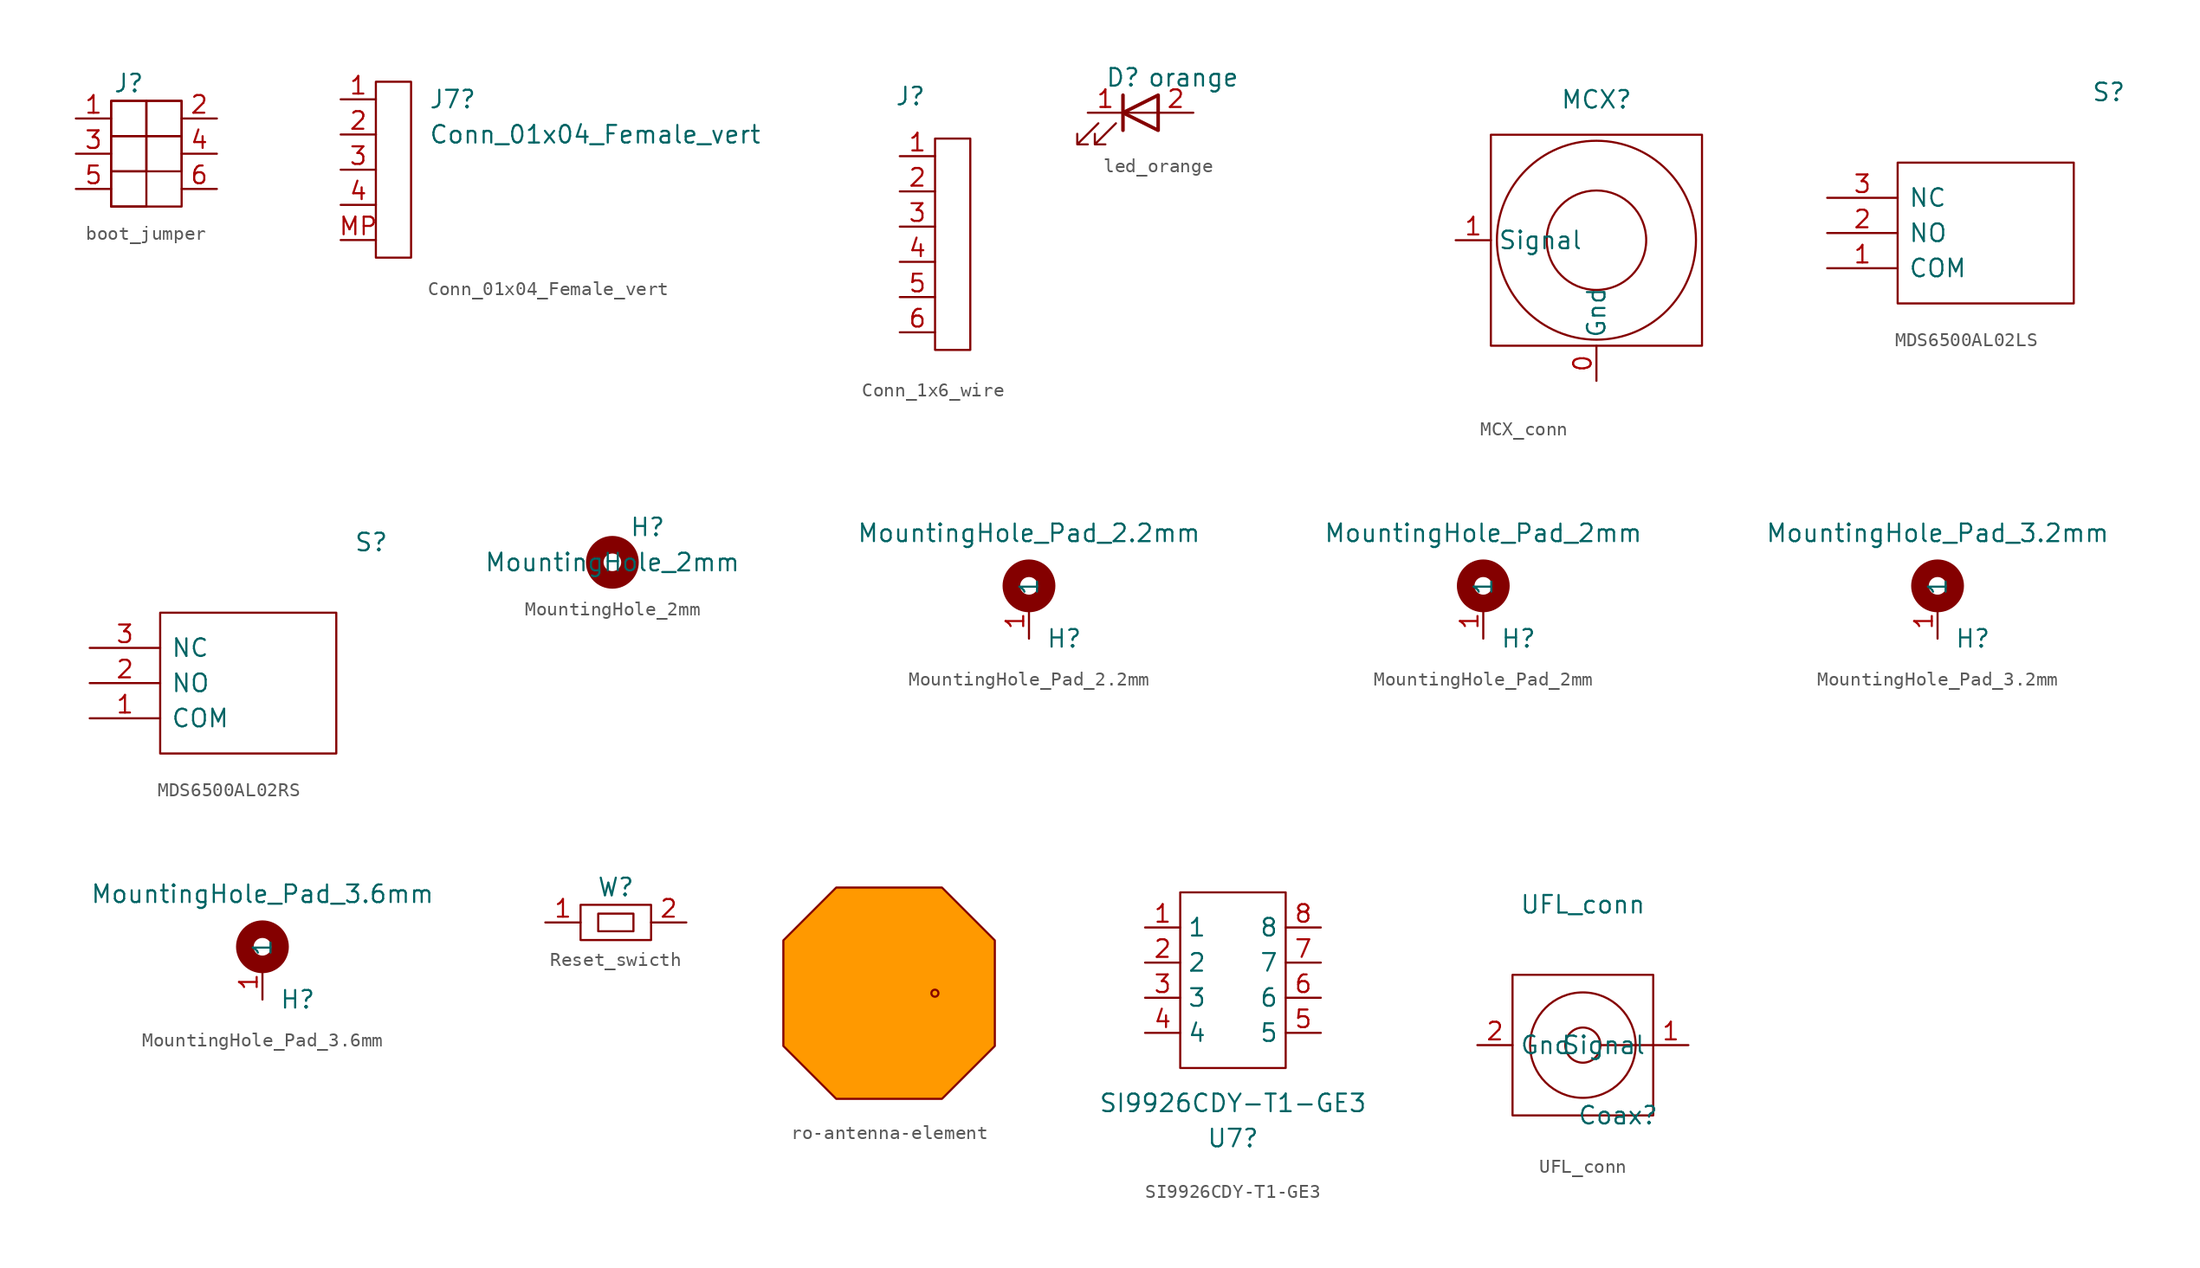
<source format=kicad_sym>
(kicad_symbol_lib
  (version 20241209)
  (generator "kicad_symbol_editor")
  (generator_version "9.0")
  (symbol "boot_jumper"
    (pin_names
      (hide yes))
    (property "Reference" "J"
      (at 3.81 5.08 0)
      (effects (font (size 1.27 1.27))))
    (symbol "boot_jumper_0_1"
      (rectangle (start 2.54 3.81) (end 5.08 1.27) (stroke (width 0) (type default)) (fill (type none)))
      (rectangle (start 2.54 3.81) (end 7.62 -3.81) (stroke (width 0) (type default)) (fill (type none)))
      (rectangle (start 2.54 1.27) (end 5.08 -1.27) (stroke (width 0) (type default)) (fill (type none)))
      (rectangle (start 2.54 -1.27) (end 5.08 -3.81) (stroke (width 0) (type default)) (fill (type none)))
      (rectangle (start 5.08 3.81) (end 7.62 1.27) (stroke (width 0) (type default)) (fill (type none)))
      (rectangle (start 5.08 1.27) (end 7.62 -1.27) (stroke (width 0) (type default)) (fill (type none))))
    (symbol "boot_jumper_1_1"
      (pin passive line (at 0 2.54 0) (length 2.54) (name "1" (effects (font (size 1.27 1.27)))) (number "1" (effects (font (size 1.27 1.27)))))
      (pin passive line (at 0 0 0) (length 2.54) (name "3" (effects (font (size 1.27 1.27)))) (number "3" (effects (font (size 1.27 1.27)))))
      (pin passive line (at 0 -2.54 0) (length 2.54) (name "5" (effects (font (size 1.27 1.27)))) (number "5" (effects (font (size 1.27 1.27)))))
      (pin passive line (at 10.16 2.54 180) (length 2.54) (name "2" (effects (font (size 1.27 1.27)))) (number "2" (effects (font (size 1.27 1.27)))))
      (pin passive line (at 10.16 0 180) (length 2.54) (name "4" (effects (font (size 1.27 1.27)))) (number "4" (effects (font (size 1.27 1.27)))))
      (pin passive line (at 10.16 -2.54 180) (length 2.54) (name "6" (effects (font (size 1.27 1.27)))) (number "6" (effects (font (size 1.27 1.27)))))))
  (symbol "Conn_01x04_Female_vert"
    (pin_names
      (offset 1.016)
      (hide yes))
    (property "Reference" "J7"
      (at 1.27 2.54 0)
      (effects (font (size 1.27 1.27)) (justify left)))
    (property "Value" "Conn_01x04_Female_vert"
      (at 1.27 0 0)
      (effects (font (size 1.27 1.27)) (justify left)))
    (symbol "Conn_01x04_Female_vert_0_1"
      (polyline (pts (xy 0 -8.89) (xy 0 3.81) (xy -2.54 3.81) (xy -2.54 -8.89) (xy 0 -8.89)) (stroke (width 0) (type default)) (fill (type none))))
    (symbol "Conn_01x04_Female_vert_1_1"
      (pin passive line (at -5.08 2.54 0) (length 2.54) (name "" (effects (font (size 1.27 1.27)))) (number "1" (effects (font (size 1.27 1.27)))))
      (pin passive line (at -5.08 0 0) (length 2.54) (name "" (effects (font (size 1.27 1.27)))) (number "2" (effects (font (size 1.27 1.27)))))
      (pin passive line (at -5.08 -2.54 0) (length 2.54) (name "" (effects (font (size 1.27 1.27)))) (number "3" (effects (font (size 1.27 1.27)))))
      (pin passive line (at -5.08 -5.08 0) (length 2.54) (name "" (effects (font (size 1.27 1.27)))) (number "4" (effects (font (size 1.27 1.27)))))
      (pin passive line (at -5.08 -7.62 0) (length 2.54) (name "" (effects (font (size 1.27 1.27)))) (number "MP" (effects (font (size 1.27 1.27)))))))
  (symbol "Conn_1x6_wire"
    (property "Reference" "J"
      (at 0.762 4.318 0)
      (effects (font (size 1.27 1.27))))
    (property "Value" ""
      (at 0 0 0)
      (effects (font (size 1.27 1.27))))
    (symbol "Conn_1x6_wire_0_1"
      (polyline (pts (xy 5.08 -13.97) (xy 5.08 1.27) (xy 2.54 1.27) (xy 2.54 -13.97) (xy 5.08 -13.97)) (stroke (width 0) (type default)) (fill (type none))))
    (symbol "Conn_1x6_wire_1_1"
      (pin passive line (at 0 0 0) (length 2.54) (name "" (effects (font (size 1.27 1.27)))) (number "1" (effects (font (size 1.27 1.27)))))
      (pin passive line (at 0 -2.54 0) (length 2.54) (name "" (effects (font (size 1.27 1.27)))) (number "2" (effects (font (size 1.27 1.27)))))
      (pin passive line (at 0 -5.08 0) (length 2.54) (name "" (effects (font (size 1.27 1.27)))) (number "3" (effects (font (size 1.27 1.27)))))
      (pin passive line (at 0 -7.62 0) (length 2.54) (name "" (effects (font (size 1.27 1.27)))) (number "4" (effects (font (size 1.27 1.27)))))
      (pin passive line (at 0 -10.16 0) (length 2.54) (name "" (effects (font (size 1.27 1.27)))) (number "5" (effects (font (size 1.27 1.27)))))
      (pin passive line (at 0 -12.7 0) (length 2.54) (name "" (effects (font (size 1.27 1.27)))) (number "6" (effects (font (size 1.27 1.27)))))))
  (symbol "led_orange"
    (pin_names
      (hide yes))
    (property "Reference" "D"
      (at 2.54 2.54 0)
      (effects (font (size 1.27 1.27))))
    (property "Value" "orange"
      (at 7.62 2.54 0)
      (effects (font (size 1.27 1.27))))
    (symbol "led_orange_0_1"
      (polyline (pts (xy 0.762 -0.762) (xy -0.762 -2.286) (xy 0 -2.286) (xy -0.762 -2.286) (xy -0.762 -1.524)) (stroke (width 0) (type default)) (fill (type none)))
      (polyline (pts (xy 2.032 -0.762) (xy 0.508 -2.286) (xy 1.27 -2.286) (xy 0.508 -2.286) (xy 0.508 -1.524)) (stroke (width 0) (type default)) (fill (type none)))
      (polyline (pts (xy 2.54 0) (xy 5.08 0)) (stroke (width 0) (type default)) (fill (type none)))
      (polyline (pts (xy 2.54 -1.27) (xy 2.54 1.27)) (stroke (width 0.254) (type default)) (fill (type none)))
      (polyline (pts (xy 5.08 -1.27) (xy 5.08 1.27) (xy 2.54 0) (xy 5.08 -1.27)) (stroke (width 0.254) (type default)) (fill (type none))))
    (symbol "led_orange_1_1"
      (pin passive line (at 0 0 0) (length 2.54) (name "K" (effects (font (size 1.27 1.27)))) (number "1" (effects (font (size 1.27 1.27)))))
      (pin passive line (at 7.62 0 180) (length 2.54) (name "A" (effects (font (size 1.27 1.27)))) (number "2" (effects (font (size 1.27 1.27)))))))
  (symbol "MCX_conn"
    (property "Reference" "MCX"
      (at 17.78 0 0)
      (effects (font (size 1.27 1.27))))
    (property "Value" ""
      (at 0 0 0)
      (effects (font (size 1.27 1.27))))
    (symbol "MCX_conn_0_1"
      (rectangle (start 10.16 -2.54) (end 25.4 -17.78) (stroke (width 0) (type default)) (fill (type none)))
      (circle (center 17.78 -10.16) (radius 3.592) (stroke (width 0) (type default)) (fill (type none)))
      (circle (center 17.78 -10.16) (radius 7.184) (stroke (width 0) (type default)) (fill (type none))))
    (symbol "MCX_conn_1_1"
      (pin bidirectional line (at 7.62 -10.16 0) (length 2.54) (name "Signal" (effects (font (size 1.27 1.27)))) (number "1" (effects (font (size 1.27 1.27)))))
      (pin power_in line (at 17.78 -20.32 90) (length 2.54) (name "Gnd" (effects (font (size 1.27 1.27)))) (number "0" (effects (font (size 1.27 1.27)))))))
  (symbol "MDS6500AL02LS"
    (pin_names
      (offset 0.762))
    (property "Reference" "S"
      (at 19.05 7.62 0)
      (effects (font (size 1.27 1.27)) (justify left)))
    (symbol "MDS6500AL02LS_0_0"
      (pin passive line (at 0 -5.08 0) (length 5.08) (name "COM" (effects (font (size 1.27 1.27)))) (number "1" (effects (font (size 1.27 1.27))))))
    (symbol "MDS6500AL02LS_0_1"
      (polyline (pts (xy 5.08 2.54) (xy 17.78 2.54) (xy 17.78 -7.62) (xy 5.08 -7.62) (xy 5.08 2.54)) (stroke (width 0.152) (type solid)) (fill (type none))))
    (symbol "MDS6500AL02LS_1_0"
      (pin passive line (at 0 0 0) (length 5.08) (name "NC" (effects (font (size 1.27 1.27)))) (number "3" (effects (font (size 1.27 1.27)))))
      (pin passive line (at 0 -2.54 0) (length 5.08) (name "NO" (effects (font (size 1.27 1.27)))) (number "2" (effects (font (size 1.27 1.27)))))))
  (symbol "MDS6500AL02RS"
    (pin_names
      (offset 0.762))
    (property "Reference" "S"
      (at 19.05 7.62 0)
      (effects (font (size 1.27 1.27)) (justify left)))
    (symbol "MDS6500AL02RS_0_0"
      (pin passive line (at 0 -5.08 0) (length 5.08) (name "COM" (effects (font (size 1.27 1.27)))) (number "1" (effects (font (size 1.27 1.27))))))
    (symbol "MDS6500AL02RS_0_1"
      (polyline (pts (xy 5.08 2.54) (xy 17.78 2.54) (xy 17.78 -7.62) (xy 5.08 -7.62) (xy 5.08 2.54)) (stroke (width 0.152) (type solid)) (fill (type none))))
    (symbol "MDS6500AL02RS_1_0"
      (pin passive line (at 0 0 0) (length 5.08) (name "NC" (effects (font (size 1.27 1.27)))) (number "3" (effects (font (size 1.27 1.27)))))
      (pin passive line (at 0 -2.54 0) (length 5.08) (name "NO" (effects (font (size 1.27 1.27)))) (number "2" (effects (font (size 1.27 1.27)))))))
  (symbol "MountingHole_2mm"
    (property "Reference" "H"
      (at 2.54 2.54 0)
      (effects (font (size 1.27 1.27))))
    (property "Value" "MountingHole_2mm"
      (at 0 0 0)
      (effects (font (size 1.27 1.27))))
    (symbol "MountingHole_2mm_0_1"
      (circle (center 0 0) (radius 1.27) (stroke (width 1.27) (type default)) (fill (type none)))))
  (symbol "MountingHole_Pad_2.2mm"
    (property "Reference" "H"
      (at 2.54 0 0)
      (effects (font (size 1.27 1.27))))
    (property "Value" "MountingHole_Pad_2.2mm"
      (at 0 7.62 0)
      (effects (font (size 1.27 1.27))))
    (symbol "MountingHole_Pad_2.2mm_0_1"
      (circle (center 0 3.81) (radius 1.27) (stroke (width 1.27) (type default)) (fill (type none))))
    (symbol "MountingHole_Pad_2.2mm_1_1"
      (pin input line (at 0 0 90) (length 2.54) (name "1" (effects (font (size 1.27 1.27)))) (number "1" (effects (font (size 1.27 1.27)))))))
  (symbol "MountingHole_Pad_2mm"
    (property "Reference" "H"
      (at 2.54 0 0)
      (effects (font (size 1.27 1.27))))
    (property "Value" "MountingHole_Pad_2mm"
      (at 0 7.62 0)
      (effects (font (size 1.27 1.27))))
    (symbol "MountingHole_Pad_2mm_0_1"
      (circle (center 0 3.81) (radius 1.27) (stroke (width 1.27) (type default)) (fill (type none))))
    (symbol "MountingHole_Pad_2mm_1_1"
      (pin input line (at 0 0 90) (length 2.54) (name "1" (effects (font (size 1.27 1.27)))) (number "1" (effects (font (size 1.27 1.27)))))))
  (symbol "MountingHole_Pad_3.2mm"
    (property "Reference" "H"
      (at 2.54 0 0)
      (effects (font (size 1.27 1.27))))
    (property "Value" "MountingHole_Pad_3.2mm"
      (at 0 7.62 0)
      (effects (font (size 1.27 1.27))))
    (symbol "MountingHole_Pad_3.2mm_0_1"
      (circle (center 0 3.81) (radius 1.27) (stroke (width 1.27) (type default)) (fill (type none))))
    (symbol "MountingHole_Pad_3.2mm_1_1"
      (pin input line (at 0 0 90) (length 2.54) (name "1" (effects (font (size 1.27 1.27)))) (number "1" (effects (font (size 1.27 1.27)))))))
  (symbol "MountingHole_Pad_3.6mm"
    (property "Reference" "H"
      (at 2.54 0 0)
      (effects (font (size 1.27 1.27))))
    (property "Value" "MountingHole_Pad_3.6mm"
      (at 0 7.62 0)
      (effects (font (size 1.27 1.27))))
    (symbol "MountingHole_Pad_3.6mm_0_1"
      (circle (center 0 3.81) (radius 1.27) (stroke (width 1.27) (type default)) (fill (type none))))
    (symbol "MountingHole_Pad_3.6mm_1_1"
      (pin input line (at 0 0 90) (length 2.54) (name "1" (effects (font (size 1.27 1.27)))) (number "1" (effects (font (size 1.27 1.27)))))))
  (symbol "Reset_swicth"
    (pin_names
      (hide yes))
    (property "Reference" "W"
      (at 0 2.54 0)
      (effects (font (size 1.27 1.27))))
    (symbol "Reset_swicth_0_1"
      (rectangle (start -2.54 1.27) (end 2.54 -1.27) (stroke (width 0) (type default)) (fill (type none)))
      (rectangle (start -1.27 0.635) (end 1.27 -0.635) (stroke (width 0) (type default)) (fill (type none))))
    (symbol "Reset_swicth_1_1"
      (pin passive line (at -5.08 0 0) (length 2.54) (name "1" (effects (font (size 1.27 1.27)))) (number "1" (effects (font (size 1.27 1.27)))))
      (pin passive line (at 5.08 0 180) (length 2.54) (name "2" (effects (font (size 1.27 1.27)))) (number "2" (effects (font (size 1.27 1.27)))))))
  (symbol "ro-antenna-element"
    (pin_names
      (offset 2.54))
    (property "Reference" "A"
      (at 0 0 0)
      (effects (font (size 1.27 1.27)) (hide yes)))
    (property "Value" ""
      (at 0 0 0)
      (effects (font (size 1.27 1.27))))
    (symbol "ro-antenna-element_1_1"
      (polyline (pts (xy -7.62 3.81) (xy -3.81 7.62) (xy 3.81 7.62) (xy 7.62 3.81) (xy 7.62 -3.81) (xy 3.81 -7.62) (xy -3.81 -7.62) (xy -7.62 -3.81) (xy -7.62 3.81)) (stroke (width 0) (type solid)) (fill (type color) (color 255 153 0 1)))
      (circle (center 3.302 0) (radius 0.254) (stroke (width 0) (type default)) (fill (type none)))))
  (symbol "SI9926CDY-T1-GE3"
    (property "Reference" "U7"
      (at -1.27 -12.7 0)
      (effects (font (size 1.27 1.27))))
    (property "Value" "SI9926CDY-T1-GE3"
      (at -1.27 -10.16 0)
      (effects (font (size 1.27 1.27))))
    (symbol "SI9926CDY-T1-GE3_0_1"
      (rectangle (start -5.08 5.08) (end 2.54 -7.62) (stroke (width 0) (type default)) (fill (type none))))
    (symbol "SI9926CDY-T1-GE3_1_1"
      (pin input line (at -7.62 2.54 0) (length 2.54) (name "1" (effects (font (size 1.27 1.27)))) (number "1" (effects (font (size 1.27 1.27)))))
      (pin input line (at -7.62 0 0) (length 2.54) (name "2" (effects (font (size 1.27 1.27)))) (number "2" (effects (font (size 1.27 1.27)))))
      (pin input line (at -7.62 -2.54 0) (length 2.54) (name "3" (effects (font (size 1.27 1.27)))) (number "3" (effects (font (size 1.27 1.27)))))
      (pin input line (at -7.62 -5.08 0) (length 2.54) (name "4" (effects (font (size 1.27 1.27)))) (number "4" (effects (font (size 1.27 1.27)))))
      (pin input line (at 5.08 2.54 180) (length 2.54) (name "8" (effects (font (size 1.27 1.27)))) (number "8" (effects (font (size 1.27 1.27)))))
      (pin input line (at 5.08 0 180) (length 2.54) (name "7" (effects (font (size 1.27 1.27)))) (number "7" (effects (font (size 1.27 1.27)))))
      (pin input line (at 5.08 -2.54 180) (length 2.54) (name "6" (effects (font (size 1.27 1.27)))) (number "6" (effects (font (size 1.27 1.27)))))
      (pin input line (at 5.08 -5.08 180) (length 2.54) (name "5" (effects (font (size 1.27 1.27)))) (number "5" (effects (font (size 1.27 1.27)))))))
  (symbol "UFL_conn"
    (property "Reference" "Coax"
      (at 2.54 -5.08 0)
      (effects (font (size 1.27 1.27))))
    (property "Value" "UFL_conn"
      (at 0 10.16 0)
      (effects (font (size 1.27 1.27))))
    (symbol "UFL_conn_0_1"
      (rectangle (start -5.08 5.08) (end 5.08 -5.08) (stroke (width 0) (type default)) (fill (type none)))
      (circle (center 0 0) (radius 1.27) (stroke (width 0) (type default)) (fill (type none)))
      (circle (center 0 0) (radius 3.81) (stroke (width 0) (type default)) (fill (type none)))
      (polyline (pts (xy 5.08 0) (xy 1.27 0)) (stroke (width 0) (type default)) (fill (type none))))
    (symbol "UFL_conn_1_1"
      (pin power_in line (at -7.62 0 0) (length 2.54) (name "Gnd" (effects (font (size 1.27 1.27)))) (number "2" (effects (font (size 1.27 1.27)))))
      (pin bidirectional line (at 7.62 0 180) (length 2.54) (name "Signal" (effects (font (size 1.27 1.27)))) (number "1" (effects (font (size 1.27 1.27))))))))
</source>
